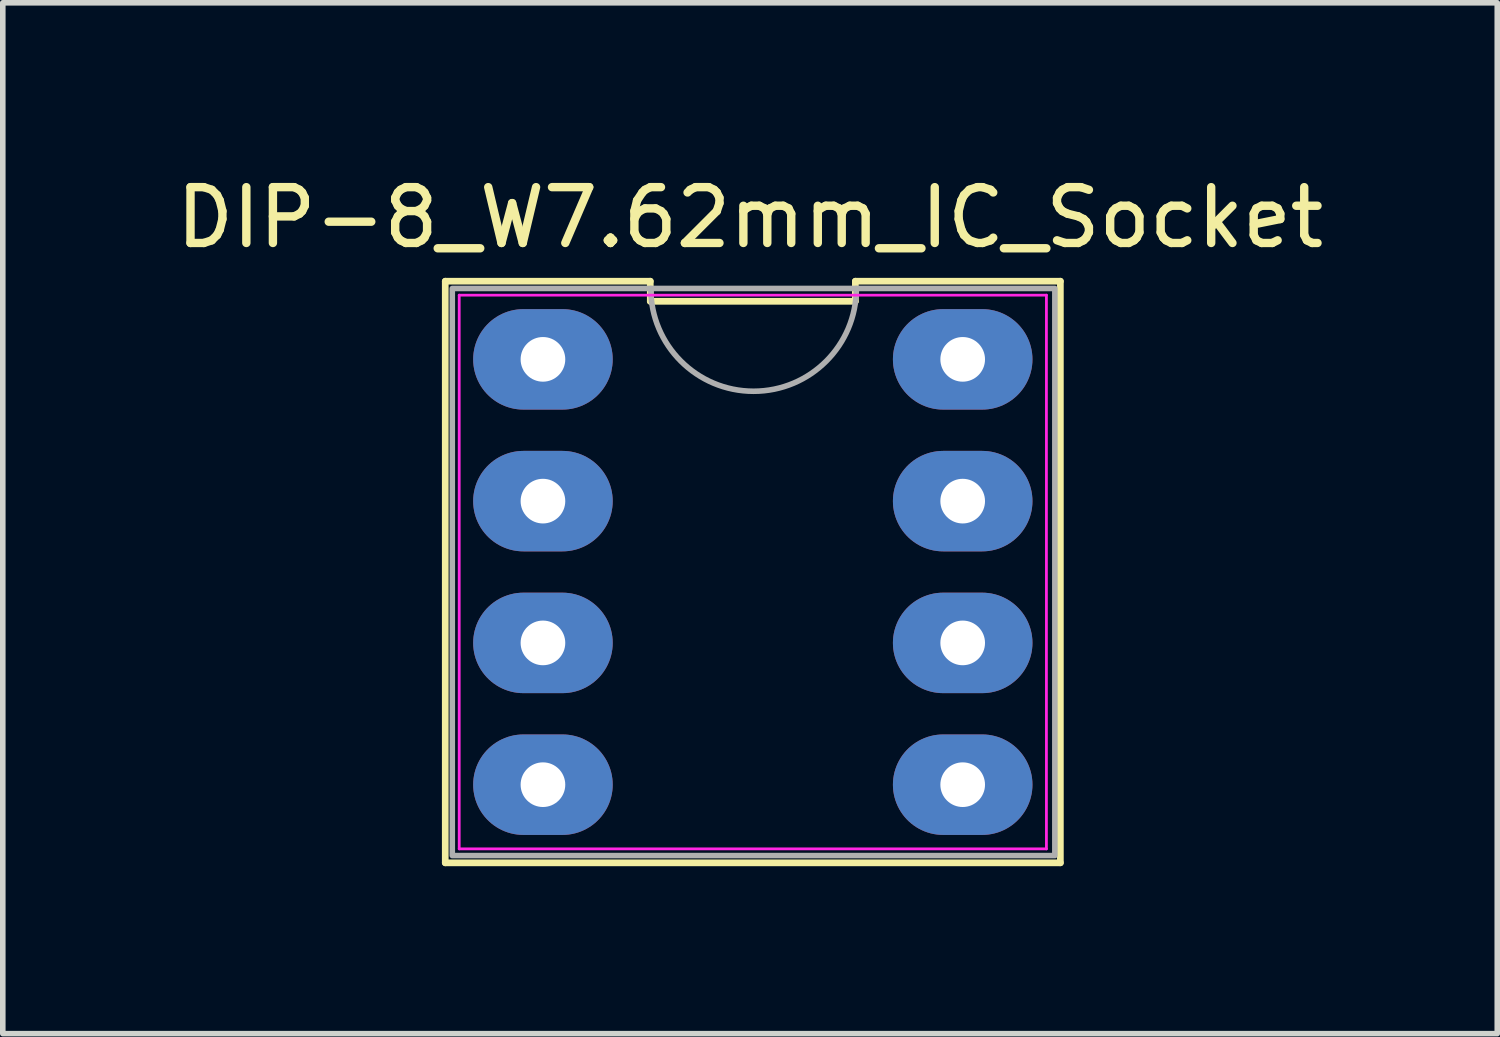
<source format=kicad_pcb>
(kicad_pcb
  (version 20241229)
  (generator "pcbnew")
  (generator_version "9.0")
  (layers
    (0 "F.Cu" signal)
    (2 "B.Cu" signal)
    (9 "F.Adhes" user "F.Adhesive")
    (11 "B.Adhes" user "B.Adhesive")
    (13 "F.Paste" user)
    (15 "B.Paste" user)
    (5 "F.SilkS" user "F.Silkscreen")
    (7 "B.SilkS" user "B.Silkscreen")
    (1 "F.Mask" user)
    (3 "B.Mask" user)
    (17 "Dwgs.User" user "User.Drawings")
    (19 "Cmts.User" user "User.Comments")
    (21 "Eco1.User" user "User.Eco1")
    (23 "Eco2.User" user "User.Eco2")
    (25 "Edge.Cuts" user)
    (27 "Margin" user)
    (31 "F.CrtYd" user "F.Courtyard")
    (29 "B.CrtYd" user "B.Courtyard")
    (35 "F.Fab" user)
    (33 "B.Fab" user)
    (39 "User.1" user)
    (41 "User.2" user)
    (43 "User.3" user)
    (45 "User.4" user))
  (footprint "DIP-8_W7.62mm_IC_Socket"
    (layer "F.Cu")
    (at 10.387 3.388)
    (property "Reference" "DIP-8_W7.62mm_IC_Socket" (at 0 -2.54 180) (layer "F.SilkS") (effects (font (size 1 1) (thickness 0.15))))
    (fp_line (start -5.46 -1.4) (end -5.46 9.02) (stroke (width 0.12) (type solid)) (layer "F.SilkS"))
    (fp_line (start -5.46 9.02) (end 5.56 9.02) (stroke (width 0.12) (type solid)) (layer "F.SilkS"))
    (fp_line (start -1.787 -1.4) (end -5.46 -1.4) (stroke (width 0.12) (type solid)) (layer "F.SilkS"))
    (fp_line (start -1.787 -1.04) (end -1.787 -1.4) (stroke (width 0.12) (type solid)) (layer "F.SilkS"))
    (fp_line (start 1.887 -1.4) (end 1.887 -1.04) (stroke (width 0.12) (type solid)) (layer "F.SilkS"))
    (fp_line (start 1.887 -1.04) (end -1.787 -1.04) (stroke (width 0.12) (type solid)) (layer "F.SilkS"))
    (fp_line (start 5.56 -1.4) (end 1.887 -1.4) (stroke (width 0.12) (type solid)) (layer "F.SilkS"))
    (fp_line (start 5.56 9.02) (end 5.56 -1.4) (stroke (width 0.12) (type solid)) (layer "F.SilkS"))
    (fp_line (start -5.21 -1.15) (end 5.31 -1.15) (stroke (width 0.05) (type solid)) (layer "F.CrtYd"))
    (fp_line (start -5.21 8.77) (end -5.21 -1.15) (stroke (width 0.05) (type solid)) (layer "F.CrtYd"))
    (fp_line (start 5.31 -1.15) (end 5.31 8.77) (stroke (width 0.05) (type solid)) (layer "F.CrtYd"))
    (fp_line (start 5.31 8.77) (end -5.21 8.77) (stroke (width 0.05) (type solid)) (layer "F.CrtYd"))
    (fp_rect (start -5.334 -1.27) (end 5.461 8.89) (stroke (width 0.1) (type solid)) (fill no) (layer "F.Fab"))
    (fp_arc (start 1.905 -1.27) (mid 0.0635 0.5715) (end -1.778 -1.27) (stroke (width 0.1) (type solid)) (layer "F.Fab"))
    (pad "1" thru_hole oval (at -3.71 0 270) (size 1.8 2.5) (drill 0.8) (layers "*.Cu" "*.Mask"))
    (pad "2" thru_hole oval (at -3.71 2.54 270) (size 1.8 2.5) (drill 0.8) (layers "*.Cu" "*.Mask"))
    (pad "3" thru_hole oval (at -3.71 5.08 270) (size 1.8 2.5) (drill 0.8) (layers "*.Cu" "*.Mask"))
    (pad "4" thru_hole oval (at -3.71 7.62 270) (size 1.8 2.5) (drill 0.8) (layers "*.Cu" "*.Mask"))
    (pad "5" thru_hole oval (at 3.81 7.62 270) (size 1.8 2.5) (drill 0.8) (layers "*.Cu" "*.Mask"))
    (pad "6" thru_hole oval (at 3.81 5.08 270) (size 1.8 2.5) (drill 0.8) (layers "*.Cu" "*.Mask"))
    (pad "7" thru_hole oval (at 3.81 2.54 270) (size 1.8 2.5) (drill 0.8) (layers "*.Cu" "*.Mask"))
    (pad "8" thru_hole oval (at 3.81 0 270) (size 1.8 2.5) (drill 0.8) (layers "*.Cu" "*.Mask")))
  (gr_rect
    (start -3 -3)
    (end 23.774 15.468)
    (stroke (width 0.1) (type default))
    (fill no)
    (layer "Edge.Cuts")))
</source>
